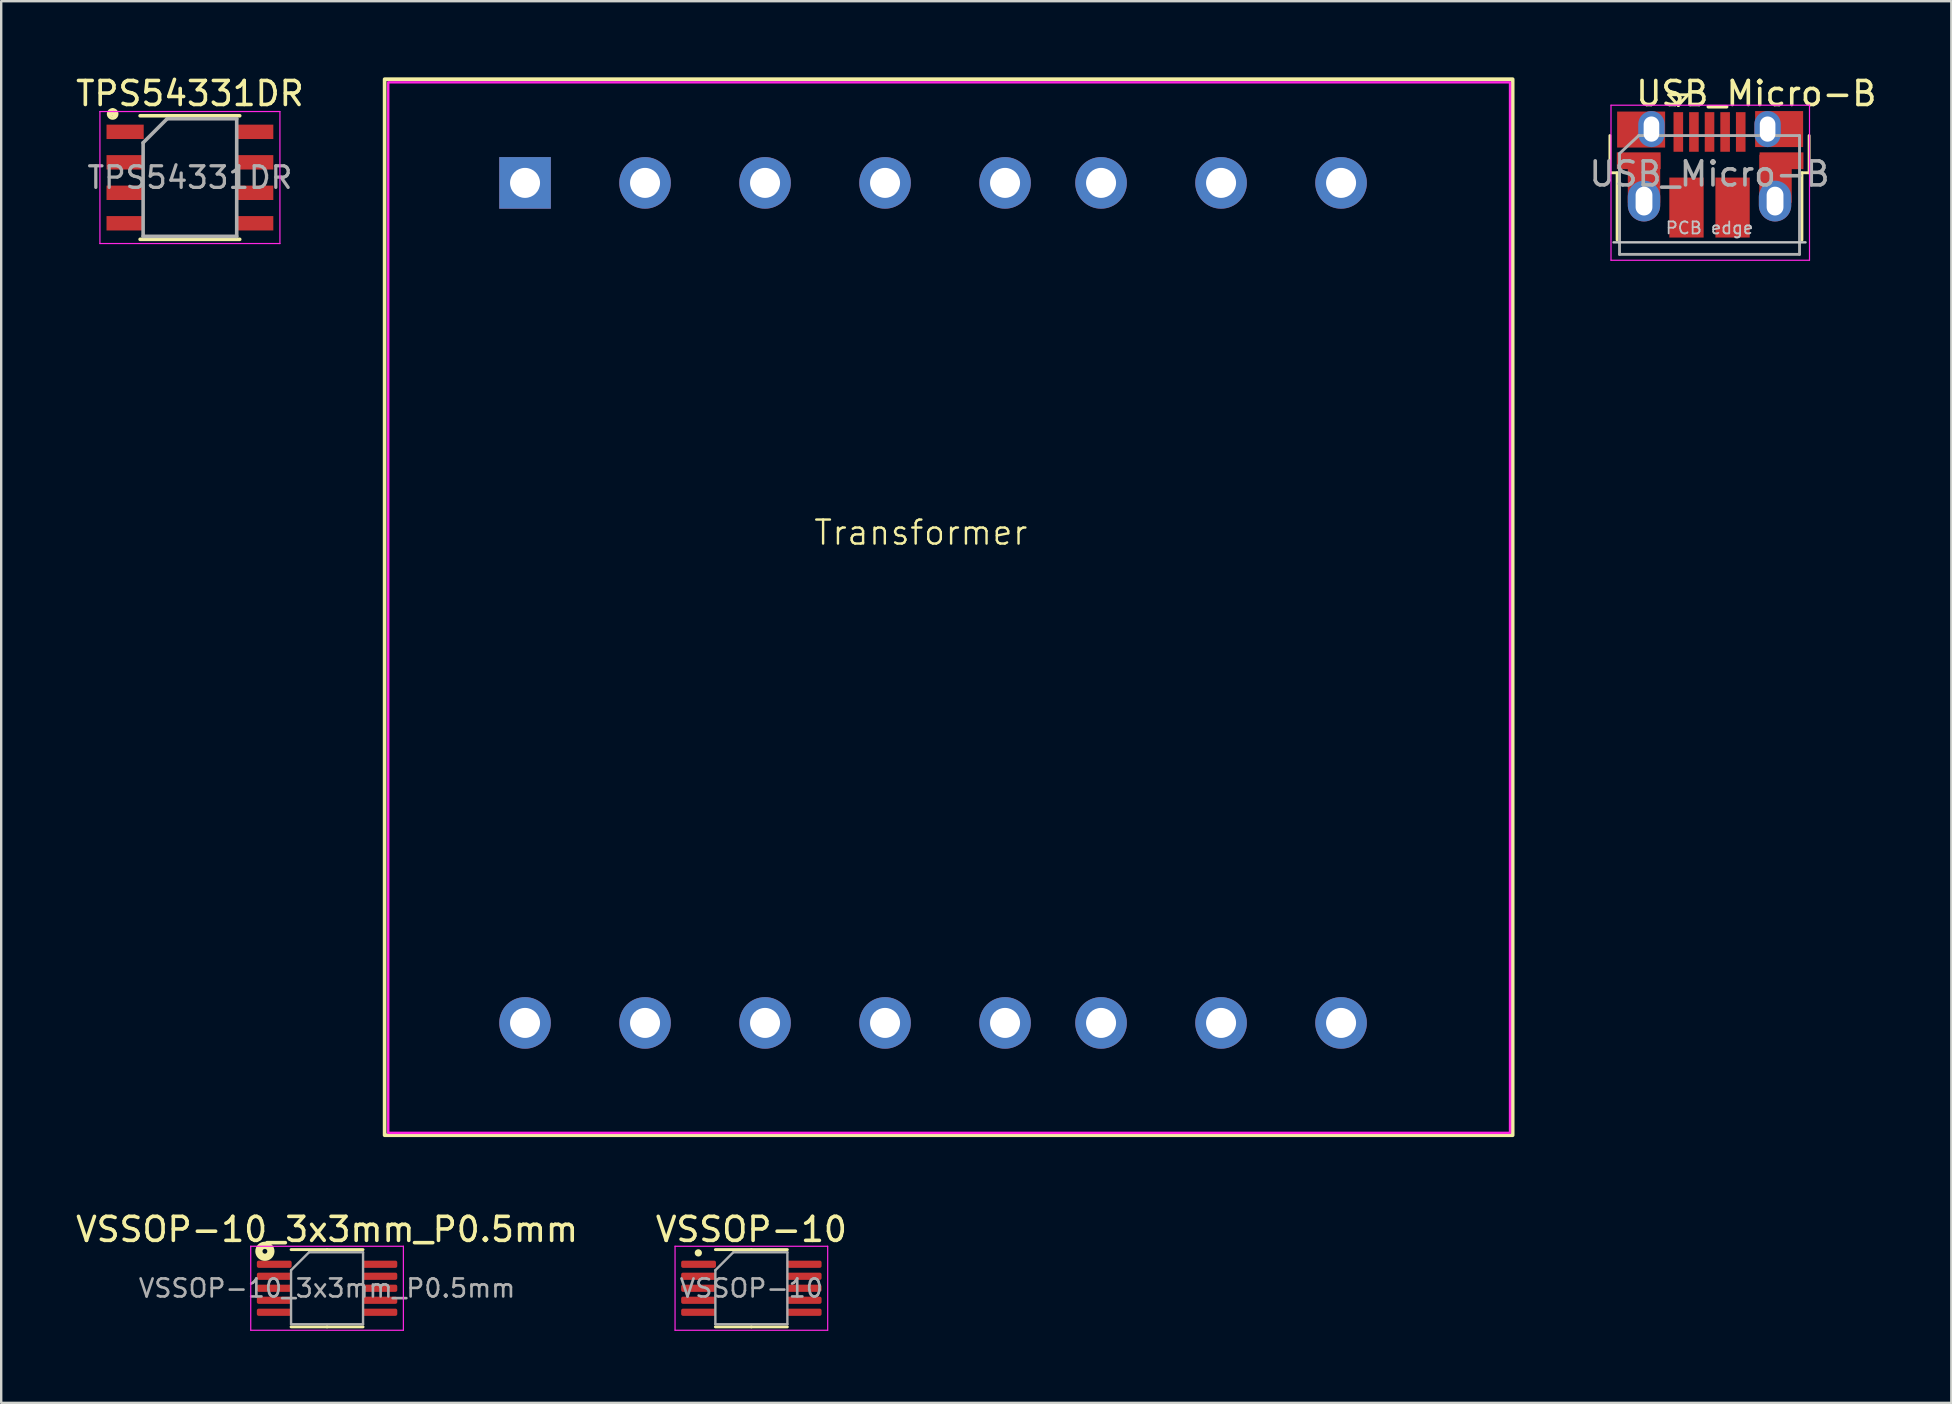
<source format=kicad_pcb>
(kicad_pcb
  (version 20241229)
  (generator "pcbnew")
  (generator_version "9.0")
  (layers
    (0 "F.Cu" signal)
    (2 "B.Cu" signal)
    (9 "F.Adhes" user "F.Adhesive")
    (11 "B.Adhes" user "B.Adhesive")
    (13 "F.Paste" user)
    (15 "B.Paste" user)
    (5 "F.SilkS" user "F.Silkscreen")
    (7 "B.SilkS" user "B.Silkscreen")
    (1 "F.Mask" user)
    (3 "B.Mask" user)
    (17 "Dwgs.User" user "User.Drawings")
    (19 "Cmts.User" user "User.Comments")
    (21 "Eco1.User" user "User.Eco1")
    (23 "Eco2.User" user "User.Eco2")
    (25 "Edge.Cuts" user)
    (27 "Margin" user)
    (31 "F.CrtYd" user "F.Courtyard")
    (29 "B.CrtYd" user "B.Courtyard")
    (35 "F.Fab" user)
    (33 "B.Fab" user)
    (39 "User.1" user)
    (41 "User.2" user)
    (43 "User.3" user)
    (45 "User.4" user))
  (footprint "VSSOP-10"
    (layer "F.Cu")
    (at 28.256 50.625)
    (property "Reference" "VSSOP-10" (at 0 -2.45 0) (layer "F.SilkS") (effects (font (size 1 1) (thickness 0.15))))
    (attr smd)
    (fp_line (start 0 -1.61) (end -1.5 -1.61) (stroke (width 0.12) (type solid)) (layer "F.SilkS"))
    (fp_line (start 0 -1.61) (end 1.5 -1.61) (stroke (width 0.12) (type solid)) (layer "F.SilkS"))
    (fp_line (start 0 1.61) (end -1.5 1.61) (stroke (width 0.12) (type solid)) (layer "F.SilkS"))
    (fp_line (start 0 1.61) (end 1.5 1.61) (stroke (width 0.12) (type solid)) (layer "F.SilkS"))
    (fp_circle (center -2.21 -1.473) (end -2.134 -1.473) (stroke (width 0.152) (type solid)) (fill no) (layer "F.SilkS"))
    (fp_line (start -3.18 -1.75) (end -3.18 1.75) (stroke (width 0.05) (type solid)) (layer "F.CrtYd"))
    (fp_line (start -3.18 1.75) (end 3.18 1.75) (stroke (width 0.05) (type solid)) (layer "F.CrtYd"))
    (fp_line (start 3.18 -1.75) (end -3.18 -1.75) (stroke (width 0.05) (type solid)) (layer "F.CrtYd"))
    (fp_line (start 3.18 1.75) (end 3.18 -1.75) (stroke (width 0.05) (type solid)) (layer "F.CrtYd"))
    (fp_line (start -1.5 -0.75) (end -0.75 -1.5) (stroke (width 0.1) (type solid)) (layer "F.Fab"))
    (fp_line (start -1.5 1.5) (end -1.5 -0.75) (stroke (width 0.1) (type solid)) (layer "F.Fab"))
    (fp_line (start -0.75 -1.5) (end 1.5 -1.5) (stroke (width 0.1) (type solid)) (layer "F.Fab"))
    (fp_line (start 1.5 -1.5) (end 1.5 1.5) (stroke (width 0.1) (type solid)) (layer "F.Fab"))
    (fp_line (start 1.5 1.5) (end -1.5 1.5) (stroke (width 0.1) (type solid)) (layer "F.Fab"))
    (fp_text user "${REFERENCE}" (at 0 0 0) (layer "F.Fab") (effects (font (size 0.75 0.75) (thickness 0.11))))
    (pad "1" smd roundrect (at -2.2 -1) (size 1.45 0.3) (layers "F.Cu" "F.Mask" "F.Paste") (roundrect_rratio 0.25))
    (pad "2" smd roundrect (at -2.2 -0.5) (size 1.45 0.3) (layers "F.Cu" "F.Mask" "F.Paste") (roundrect_rratio 0.25))
    (pad "3" smd roundrect (at -2.2 0) (size 1.45 0.3) (layers "F.Cu" "F.Mask" "F.Paste") (roundrect_rratio 0.25))
    (pad "4" smd roundrect (at -2.2 0.5) (size 1.45 0.3) (layers "F.Cu" "F.Mask" "F.Paste") (roundrect_rratio 0.25))
    (pad "5" smd roundrect (at -2.2 1) (size 1.45 0.3) (layers "F.Cu" "F.Mask" "F.Paste") (roundrect_rratio 0.25))
    (pad "6" smd roundrect (at 2.2 1) (size 1.45 0.3) (layers "F.Cu" "F.Mask" "F.Paste") (roundrect_rratio 0.25))
    (pad "7" smd roundrect (at 2.2 0.5) (size 1.45 0.3) (layers "F.Cu" "F.Mask" "F.Paste") (roundrect_rratio 0.25))
    (pad "8" smd roundrect (at 2.2 0) (size 1.45 0.3) (layers "F.Cu" "F.Mask" "F.Paste") (roundrect_rratio 0.25))
    (pad "9" smd roundrect (at 2.2 -0.5) (size 1.45 0.3) (layers "F.Cu" "F.Mask" "F.Paste") (roundrect_rratio 0.25))
    (pad "10" smd roundrect (at 2.2 -1) (size 1.45 0.3) (layers "F.Cu" "F.Mask" "F.Paste") (roundrect_rratio 0.25)))
  (footprint "USB_Micro-B"
    (layer "F.Cu")
    (at 68.203 4.213)
    (property "Reference" "USB_Micro-B" (at 1.925 -3.365 0) (layer "F.SilkS") (effects (font (size 1 1) (thickness 0.15))))
    (attr smd)
    (fp_line (start -4.175 -0.065) (end -4.175 -1.615) (stroke (width 0.12) (type solid)) (layer "F.SilkS"))
    (fp_line (start -4.175 -0.065) (end -3.875 -0.065) (stroke (width 0.12) (type solid)) (layer "F.SilkS"))
    (fp_line (start -3.875 2.735) (end -3.875 -0.065) (stroke (width 0.12) (type solid)) (layer "F.SilkS"))
    (fp_line (start -1.725 -3.315) (end -0.925 -3.315) (stroke (width 0.12) (type solid)) (layer "F.SilkS"))
    (fp_line (start -1.325 -2.865) (end -1.725 -3.315) (stroke (width 0.12) (type solid)) (layer "F.SilkS"))
    (fp_line (start -0.925 -3.315) (end -1.325 -2.865) (stroke (width 0.12) (type solid)) (layer "F.SilkS"))
    (fp_line (start 3.825 -0.065) (end 4.125 -0.065) (stroke (width 0.12) (type solid)) (layer "F.SilkS"))
    (fp_line (start 3.825 2.735) (end 3.825 -0.065) (stroke (width 0.12) (type solid)) (layer "F.SilkS"))
    (fp_line (start 4.125 -0.065) (end 4.125 -1.615) (stroke (width 0.12) (type solid)) (layer "F.SilkS"))
    (fp_line (start -4.025 2.835) (end 3.975 2.835) (stroke (width 0.1) (type solid)) (layer "Dwgs.User"))
    (fp_line (start -4.13 -2.88) (end -4.13 3.58) (stroke (width 0.05) (type solid)) (layer "F.CrtYd"))
    (fp_line (start -4.13 -2.88) (end 4.14 -2.88) (stroke (width 0.05) (type solid)) (layer "F.CrtYd"))
    (fp_line (start 4.14 3.58) (end -4.13 3.58) (stroke (width 0.05) (type solid)) (layer "F.CrtYd"))
    (fp_line (start 4.14 3.58) (end 4.14 -2.88) (stroke (width 0.05) (type solid)) (layer "F.CrtYd"))
    (fp_line (start -3.775 -0.865) (end -2.975 -1.615) (stroke (width 0.12) (type solid)) (layer "F.Fab"))
    (fp_line (start -3.775 3.335) (end -3.775 -0.865) (stroke (width 0.12) (type solid)) (layer "F.Fab"))
    (fp_line (start -2.975 -1.615) (end 3.725 -1.615) (stroke (width 0.12) (type solid)) (layer "F.Fab"))
    (fp_line (start 3.725 -1.615) (end 3.725 3.335) (stroke (width 0.12) (type solid)) (layer "F.Fab"))
    (fp_line (start 3.725 3.335) (end -3.775 3.335) (stroke (width 0.12) (type solid)) (layer "F.Fab"))
    (fp_text user "PCB edge" (at -0.025 2.235 0) (layer "Dwgs.User") (effects (font (size 0.5 0.5) (thickness 0.075))))
    (fp_text user "${REFERENCE}" (at -0.025 -0.015 0) (layer "F.Fab") (effects (font (size 1 1) (thickness 0.15))))
    (pad "1" smd rect (at -1.325 -1.765 90) (size 1.65 0.4) (layers "F.Cu" "F.Mask" "F.Paste"))
    (pad "2" smd rect (at -0.675 -1.765 90) (size 1.65 0.4) (layers "F.Cu" "F.Mask" "F.Paste"))
    (pad "3" smd rect (at -0.025 -1.765 90) (size 1.65 0.4) (layers "F.Cu" "F.Mask" "F.Paste"))
    (pad "4" smd rect (at 0.625 -1.765 90) (size 1.65 0.4) (layers "F.Cu" "F.Mask" "F.Paste"))
    (pad "5" smd rect (at 1.275 -1.765 90) (size 1.65 0.4) (layers "F.Cu" "F.Mask" "F.Paste"))
    (pad "6" smd rect (at -2.975 -0.565) (size 1.825 0.7) (layers "F.Cu" "F.Mask" "F.Paste"))
    (pad "6" smd rect (at -2.875 -1.865) (size 2 1.5) (layers "F.Cu" "F.Mask" "F.Paste"))
    (pad "6" smd rect (at -2.755 0.185) (size 1.35 2) (layers "F.Cu" "F.Mask" "F.Paste"))
    (pad "6" thru_hole oval (at -2.755 1.115 90) (size 1.7 1.35) (drill oval 1.2 0.7) (layers "*.Cu" "*.Mask"))
    (pad "6" thru_hole oval (at -2.445 -1.885 90) (size 1.5 1.1) (drill oval 1.05 0.65) (layers "*.Cu" "*.Mask"))
    (pad "6" smd rect (at -0.985 1.385 90) (size 2.5 1.43) (layers "F.Cu" "F.Mask" "F.Paste"))
    (pad "6" smd rect (at 0.935 1.385 90) (size 2.5 1.43) (layers "F.Cu" "F.Mask" "F.Paste"))
    (pad "6" thru_hole oval (at 2.395 -1.885 90) (size 1.5 1.1) (drill oval 1.05 0.65) (layers "*.Cu" "*.Mask"))
    (pad "6" thru_hole oval (at 2.705 1.115 90) (size 1.7 1.35) (drill oval 1.2 0.7) (layers "*.Cu" "*.Mask"))
    (pad "6" smd rect (at 2.725 0.185) (size 1.35 2) (layers "F.Cu" "F.Mask" "F.Paste"))
    (pad "6" smd rect (at 2.875 -1.885) (size 2 1.5) (layers "F.Cu" "F.Mask" "F.Paste"))
    (pad "6" smd rect (at 2.975 -0.565) (size 1.825 0.7) (layers "F.Cu" "F.Mask" "F.Paste")))
  (footprint "VSSOP-10_3x3mm_P0.5mm"
    (layer "F.Cu")
    (at 10.577 50.625)
    (property "Reference" "VSSOP-10_3x3mm_P0.5mm" (at 0 -2.45 0) (layer "F.SilkS") (effects (font (size 1 1) (thickness 0.15))))
    (attr smd)
    (fp_line (start 0 -1.61) (end -1.5 -1.61) (stroke (width 0.12) (type solid)) (layer "F.SilkS"))
    (fp_line (start 0 -1.61) (end 1.5 -1.61) (stroke (width 0.12) (type solid)) (layer "F.SilkS"))
    (fp_line (start 0 1.61) (end -1.5 1.61) (stroke (width 0.12) (type solid)) (layer "F.SilkS"))
    (fp_line (start 0 1.61) (end 1.5 1.61) (stroke (width 0.12) (type solid)) (layer "F.SilkS"))
    (fp_circle (center -2.59 -1.54) (end -2.49 -1.54) (stroke (width 0.3) (type default)) (fill no) (layer "F.SilkS"))
    (fp_line (start -3.18 -1.75) (end -3.18 1.75) (stroke (width 0.05) (type solid)) (layer "F.CrtYd"))
    (fp_line (start -3.18 1.75) (end 3.18 1.75) (stroke (width 0.05) (type solid)) (layer "F.CrtYd"))
    (fp_line (start 3.18 -1.75) (end -3.18 -1.75) (stroke (width 0.05) (type solid)) (layer "F.CrtYd"))
    (fp_line (start 3.18 1.75) (end 3.18 -1.75) (stroke (width 0.05) (type solid)) (layer "F.CrtYd"))
    (fp_line (start -1.5 -0.75) (end -0.75 -1.5) (stroke (width 0.1) (type solid)) (layer "F.Fab"))
    (fp_line (start -1.5 1.5) (end -1.5 -0.75) (stroke (width 0.1) (type solid)) (layer "F.Fab"))
    (fp_line (start -0.75 -1.5) (end 1.5 -1.5) (stroke (width 0.1) (type solid)) (layer "F.Fab"))
    (fp_line (start 1.5 -1.5) (end 1.5 1.5) (stroke (width 0.1) (type solid)) (layer "F.Fab"))
    (fp_line (start 1.5 1.5) (end -1.5 1.5) (stroke (width 0.1) (type solid)) (layer "F.Fab"))
    (fp_text user "${REFERENCE}" (at 0 0 0) (layer "F.Fab") (effects (font (size 0.75 0.75) (thickness 0.11))))
    (pad "1" smd roundrect (at -2.2 -1) (size 1.45 0.3) (layers "F.Cu" "F.Mask" "F.Paste") (roundrect_rratio 0.25))
    (pad "2" smd roundrect (at -2.2 -0.5) (size 1.45 0.3) (layers "F.Cu" "F.Mask" "F.Paste") (roundrect_rratio 0.25))
    (pad "3" smd roundrect (at -2.2 0) (size 1.45 0.3) (layers "F.Cu" "F.Mask" "F.Paste") (roundrect_rratio 0.25))
    (pad "4" smd roundrect (at -2.2 0.5) (size 1.45 0.3) (layers "F.Cu" "F.Mask" "F.Paste") (roundrect_rratio 0.25))
    (pad "5" smd roundrect (at -2.2 1) (size 1.45 0.3) (layers "F.Cu" "F.Mask" "F.Paste") (roundrect_rratio 0.25))
    (pad "6" smd roundrect (at 2.2 1) (size 1.45 0.3) (layers "F.Cu" "F.Mask" "F.Paste") (roundrect_rratio 0.25))
    (pad "7" smd roundrect (at 2.2 0.5) (size 1.45 0.3) (layers "F.Cu" "F.Mask" "F.Paste") (roundrect_rratio 0.25))
    (pad "8" smd roundrect (at 2.2 0) (size 1.45 0.3) (layers "F.Cu" "F.Mask" "F.Paste") (roundrect_rratio 0.25))
    (pad "9" smd roundrect (at 2.2 -0.5) (size 1.45 0.3) (layers "F.Cu" "F.Mask" "F.Paste") (roundrect_rratio 0.25))
    (pad "10" smd roundrect (at 2.2 -1) (size 1.45 0.3) (layers "F.Cu" "F.Mask" "F.Paste") (roundrect_rratio 0.25)))
  (footprint "TPS54331DR"
    (layer "F.Cu")
    (at 4.863 4.348)
    (property "Reference" "TPS54331DR" (at 0 -3.5 0) (layer "F.SilkS") (effects (font (size 1 1) (thickness 0.15))))
    (attr smd)
    (fp_line (start -3.36 -2.72) (end -3.1 -2.77) (stroke (width 0.1) (type default)) (layer "F.SilkS"))
    (fp_line (start -3.35 -2.6) (end -3.36 -2.72) (stroke (width 0.1) (type default)) (layer "F.SilkS"))
    (fp_line (start -3.22 -2.842) (end -3.35 -2.6) (stroke (width 0.1) (type default)) (layer "F.SilkS"))
    (fp_line (start -3.22 -2.65) (end -3.35 -2.6) (stroke (width 0.1) (type default)) (layer "F.SilkS"))
    (fp_line (start -3.14 -2.5) (end -3.35 -2.6) (stroke (width 0.1) (type default)) (layer "F.SilkS"))
    (fp_line (start -3.14 -2.5) (end -3.23 -2.745) (stroke (width 0.1) (type default)) (layer "F.SilkS"))
    (fp_line (start -3.1 -2.77) (end -3.14 -2.5) (stroke (width 0.1) (type default)) (layer "F.SilkS"))
    (fp_line (start -2.075 -2.575) (end 2.075 -2.575) (stroke (width 0.15) (type solid)) (layer "F.SilkS"))
    (fp_line (start -2.075 2.575) (end 2.075 2.575) (stroke (width 0.15) (type solid)) (layer "F.SilkS"))
    (fp_circle (center -3.22 -2.65) (end -3.05 -2.56) (stroke (width 0.1) (type default)) (fill no) (layer "F.SilkS"))
    (fp_line (start -3.75 -2.75) (end -3.75 2.75) (stroke (width 0.05) (type solid)) (layer "F.CrtYd"))
    (fp_line (start -3.75 -2.75) (end 3.75 -2.75) (stroke (width 0.05) (type solid)) (layer "F.CrtYd"))
    (fp_line (start -3.75 2.75) (end 3.75 2.75) (stroke (width 0.05) (type solid)) (layer "F.CrtYd"))
    (fp_line (start 3.75 -2.75) (end 3.75 2.75) (stroke (width 0.05) (type solid)) (layer "F.CrtYd"))
    (fp_line (start -1.95 -1.45) (end -0.95 -2.45) (stroke (width 0.15) (type solid)) (layer "F.Fab"))
    (fp_line (start -1.95 2.45) (end -1.95 -1.45) (stroke (width 0.15) (type solid)) (layer "F.Fab"))
    (fp_line (start -0.95 -2.45) (end 1.95 -2.45) (stroke (width 0.15) (type solid)) (layer "F.Fab"))
    (fp_line (start 1.95 -2.45) (end 1.95 2.45) (stroke (width 0.15) (type solid)) (layer "F.Fab"))
    (fp_line (start 1.95 2.45) (end -1.95 2.45) (stroke (width 0.15) (type solid)) (layer "F.Fab"))
    (fp_text user "${REFERENCE}" (at 0 0 0) (layer "F.Fab") (effects (font (size 0.9 0.9) (thickness 0.135))))
    (pad "1" smd rect (at -2.7 -1.905) (size 1.55 0.6) (layers "F.Cu" "F.Mask" "F.Paste"))
    (pad "2" smd rect (at -2.7 -0.635) (size 1.55 0.6) (layers "F.Cu" "F.Mask" "F.Paste"))
    (pad "3" smd rect (at -2.7 0.635) (size 1.55 0.6) (layers "F.Cu" "F.Mask" "F.Paste"))
    (pad "4" smd rect (at -2.7 1.905) (size 1.55 0.6) (layers "F.Cu" "F.Mask" "F.Paste"))
    (pad "5" smd rect (at 2.7 1.905) (size 1.55 0.6) (layers "F.Cu" "F.Mask" "F.Paste"))
    (pad "6" smd rect (at 2.7 0.635) (size 1.55 0.6) (layers "F.Cu" "F.Mask" "F.Paste"))
    (pad "7" smd rect (at 2.7 -0.635) (size 1.55 0.6) (layers "F.Cu" "F.Mask" "F.Paste"))
    (pad "8" smd rect (at 2.7 -1.905) (size 1.55 0.6) (layers "F.Cu" "F.Mask" "F.Paste")))
  (footprint "Transformer"
    (layer "F.Cu")
    (at 12.976 0.25)
    (property "Reference" "Transformer" (at 22.34 18.89 0) (unlocked yes) (layer "F.SilkS") (effects (font (size 1 1) (thickness 0.1))))
    (attr through_hole)
    (fp_rect (start 0 0) (end 47 44) (stroke (width 0.154) (type default)) (fill no) (layer "F.SilkS"))
    (fp_rect (start 0.15 0.13) (end 46.89 43.9) (stroke (width 0.1) (type default)) (fill no) (layer "F.CrtYd"))
    (pad "" thru_hole circle (at 10.85 4.32 90) (size 2.15 2.15) (drill 1.25) (layers "*.Cu" "*.Mask"))
    (pad "" thru_hole circle (at 10.85 39.32 90) (size 2.15 2.15) (drill 1.25) (layers "*.Cu" "*.Mask"))
    (pad "" thru_hole circle (at 15.85 4.32 90) (size 2.15 2.15) (drill 1.25) (layers "*.Cu" "*.Mask"))
    (pad "" thru_hole circle (at 15.85 39.32 90) (size 2.15 2.15) (drill 1.25) (layers "*.Cu" "*.Mask"))
    (pad "" thru_hole circle (at 20.85 4.32 90) (size 2.15 2.15) (drill 1.25) (layers "*.Cu" "*.Mask"))
    (pad "" thru_hole circle (at 25.85 4.32 90) (size 2.15 2.15) (drill 1.25) (layers "*.Cu" "*.Mask"))
    (pad "" thru_hole circle (at 25.85 39.32 90) (size 2.15 2.15) (drill 1.25) (layers "*.Cu" "*.Mask"))
    (pad "" thru_hole circle (at 29.85 4.32 90) (size 2.15 2.15) (drill 1.25) (layers "*.Cu" "*.Mask"))
    (pad "" thru_hole circle (at 29.85 39.32 90) (size 2.15 2.15) (drill 1.25) (layers "*.Cu" "*.Mask"))
    (pad "" thru_hole circle (at 34.85 4.32 90) (size 2.15 2.15) (drill 1.25) (layers "*.Cu" "*.Mask"))
    (pad "" thru_hole circle (at 34.85 39.32 90) (size 2.15 2.15) (drill 1.25) (layers "*.Cu" "*.Mask"))
    (pad "1" thru_hole rect (at 5.85 4.32 90) (size 2.15 2.15) (drill 1.25) (layers "*.Cu" "*.Mask"))
    (pad "2" thru_hole circle (at 39.85 4.32 90) (size 2.15 2.15) (drill 1.25) (layers "*.Cu" "*.Mask"))
    (pad "3" thru_hole circle (at 5.85 39.32 90) (size 2.15 2.15) (drill 1.25) (layers "*.Cu" "*.Mask"))
    (pad "4" thru_hole circle (at 20.85 39.32 90) (size 2.15 2.15) (drill 1.25) (layers "*.Cu" "*.Mask"))
    (pad "5" thru_hole circle (at 39.85 39.32 90) (size 2.15 2.15) (drill 1.25) (layers "*.Cu" "*.Mask")))
  (gr_rect
    (start -3 -3)
    (end 78.253 55.4)
    (stroke (width 0.1) (type default))
    (fill no)
    (layer "Edge.Cuts")))
</source>
